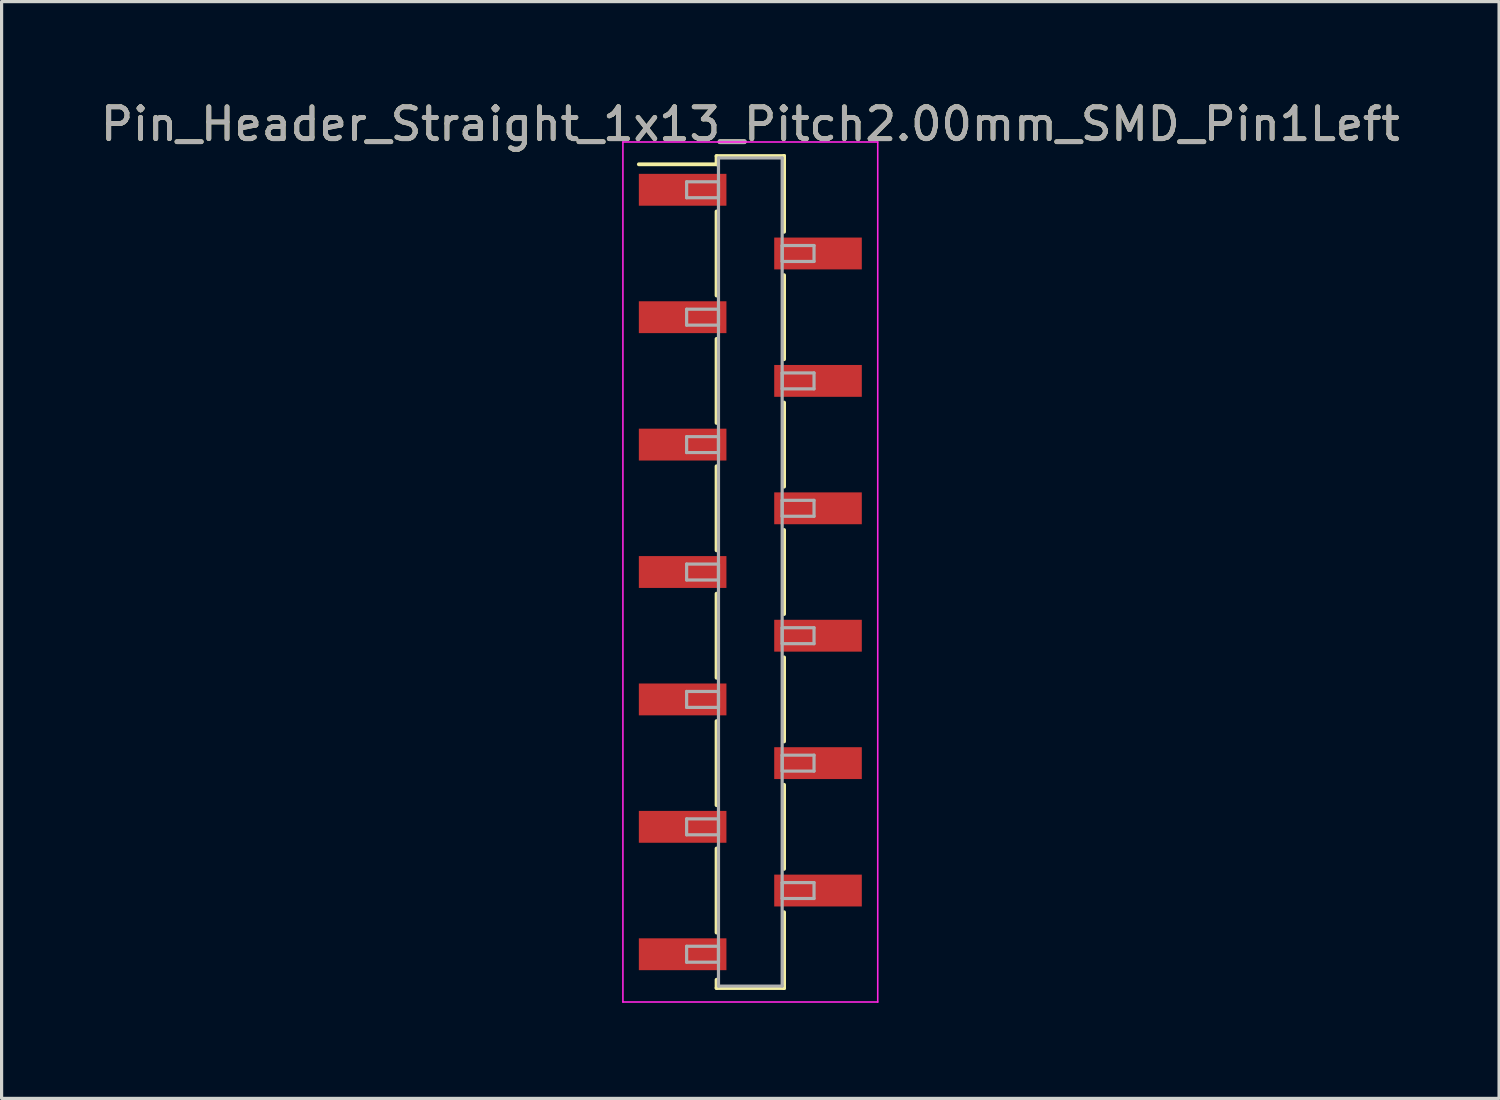
<source format=kicad_pcb>
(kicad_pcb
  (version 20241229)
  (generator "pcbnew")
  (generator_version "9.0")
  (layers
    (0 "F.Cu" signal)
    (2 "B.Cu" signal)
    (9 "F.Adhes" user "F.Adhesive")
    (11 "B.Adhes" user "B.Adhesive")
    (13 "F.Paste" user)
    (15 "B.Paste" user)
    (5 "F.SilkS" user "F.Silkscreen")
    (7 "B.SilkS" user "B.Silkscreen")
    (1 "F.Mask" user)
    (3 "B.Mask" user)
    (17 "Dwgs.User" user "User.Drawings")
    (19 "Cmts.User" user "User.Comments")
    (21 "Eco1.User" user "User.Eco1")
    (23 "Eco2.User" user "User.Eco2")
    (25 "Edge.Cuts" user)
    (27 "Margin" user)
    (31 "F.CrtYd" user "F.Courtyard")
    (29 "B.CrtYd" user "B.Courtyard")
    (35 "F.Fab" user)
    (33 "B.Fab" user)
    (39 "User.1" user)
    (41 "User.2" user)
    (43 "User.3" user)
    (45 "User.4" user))
  (footprint "Pin_Header_Straight_1x13_Pitch2.00mm_SMD_Pin1Left"
    (layer "F.Cu")
    (at 20.506 14.908)
    (property "Reference" "Pin_Header_Straight_1x13_Pitch2.00mm_SMD_Pin1Left" (at 0 -14.06 0) (layer "F.SilkS") (effects (font (size 1 1) (thickness 0.15))))
    (attr smd)
    (fp_line (start -1.06 -13.06) (end 1.06 -13.06) (stroke (width 0.12) (type solid)) (layer "F.SilkS"))
    (fp_line (start -1.06 -12.8) (end -3.5 -12.8) (stroke (width 0.12) (type solid)) (layer "F.SilkS"))
    (fp_line (start -1.06 -12.8) (end -1.06 -13.06) (stroke (width 0.12) (type solid)) (layer "F.SilkS"))
    (fp_line (start -1.06 -11.32) (end -1.06 -8.68) (stroke (width 0.12) (type solid)) (layer "F.SilkS"))
    (fp_line (start -1.06 -7.32) (end -1.06 -4.68) (stroke (width 0.12) (type solid)) (layer "F.SilkS"))
    (fp_line (start -1.06 -3.32) (end -1.06 -0.68) (stroke (width 0.12) (type solid)) (layer "F.SilkS"))
    (fp_line (start -1.06 0.68) (end -1.06 3.32) (stroke (width 0.12) (type solid)) (layer "F.SilkS"))
    (fp_line (start -1.06 4.68) (end -1.06 7.32) (stroke (width 0.12) (type solid)) (layer "F.SilkS"))
    (fp_line (start -1.06 8.68) (end -1.06 11.32) (stroke (width 0.12) (type solid)) (layer "F.SilkS"))
    (fp_line (start -1.06 12.8) (end -1.06 13.06) (stroke (width 0.12) (type solid)) (layer "F.SilkS"))
    (fp_line (start -1.06 13.06) (end 1.06 13.06) (stroke (width 0.12) (type solid)) (layer "F.SilkS"))
    (fp_line (start 1.06 -13.06) (end 1.06 -12.8) (stroke (width 0.12) (type solid)) (layer "F.SilkS"))
    (fp_line (start 1.06 -13.06) (end 1.06 -10.68) (stroke (width 0.12) (type solid)) (layer "F.SilkS"))
    (fp_line (start 1.06 -9.32) (end 1.06 -6.68) (stroke (width 0.12) (type solid)) (layer "F.SilkS"))
    (fp_line (start 1.06 -5.32) (end 1.06 -2.68) (stroke (width 0.12) (type solid)) (layer "F.SilkS"))
    (fp_line (start 1.06 -1.32) (end 1.06 1.32) (stroke (width 0.12) (type solid)) (layer "F.SilkS"))
    (fp_line (start 1.06 2.68) (end 1.06 5.32) (stroke (width 0.12) (type solid)) (layer "F.SilkS"))
    (fp_line (start 1.06 6.68) (end 1.06 9.32) (stroke (width 0.12) (type solid)) (layer "F.SilkS"))
    (fp_line (start 1.06 10.68) (end 1.06 13.06) (stroke (width 0.12) (type solid)) (layer "F.SilkS"))
    (fp_line (start 1.06 13.06) (end 1.06 12.8) (stroke (width 0.12) (type solid)) (layer "F.SilkS"))
    (fp_line (start -4 -13.5) (end -4 13.5) (stroke (width 0.05) (type solid)) (layer "F.CrtYd"))
    (fp_line (start -4 13.5) (end 4 13.5) (stroke (width 0.05) (type solid)) (layer "F.CrtYd"))
    (fp_line (start 4 -13.5) (end -4 -13.5) (stroke (width 0.05) (type solid)) (layer "F.CrtYd"))
    (fp_line (start 4 13.5) (end 4 -13.5) (stroke (width 0.05) (type solid)) (layer "F.CrtYd"))
    (fp_line (start -2 -12.25) (end -1 -12.25) (stroke (width 0.1) (type solid)) (layer "F.Fab"))
    (fp_line (start -2 -11.75) (end -2 -12.25) (stroke (width 0.1) (type solid)) (layer "F.Fab"))
    (fp_line (start -2 -8.25) (end -1 -8.25) (stroke (width 0.1) (type solid)) (layer "F.Fab"))
    (fp_line (start -2 -7.75) (end -2 -8.25) (stroke (width 0.1) (type solid)) (layer "F.Fab"))
    (fp_line (start -2 -4.25) (end -1 -4.25) (stroke (width 0.1) (type solid)) (layer "F.Fab"))
    (fp_line (start -2 -3.75) (end -2 -4.25) (stroke (width 0.1) (type solid)) (layer "F.Fab"))
    (fp_line (start -2 -0.25) (end -1 -0.25) (stroke (width 0.1) (type solid)) (layer "F.Fab"))
    (fp_line (start -2 0.25) (end -2 -0.25) (stroke (width 0.1) (type solid)) (layer "F.Fab"))
    (fp_line (start -2 3.75) (end -1 3.75) (stroke (width 0.1) (type solid)) (layer "F.Fab"))
    (fp_line (start -2 4.25) (end -2 3.75) (stroke (width 0.1) (type solid)) (layer "F.Fab"))
    (fp_line (start -2 7.75) (end -1 7.75) (stroke (width 0.1) (type solid)) (layer "F.Fab"))
    (fp_line (start -2 8.25) (end -2 7.75) (stroke (width 0.1) (type solid)) (layer "F.Fab"))
    (fp_line (start -2 11.75) (end -1 11.75) (stroke (width 0.1) (type solid)) (layer "F.Fab"))
    (fp_line (start -2 12.25) (end -2 11.75) (stroke (width 0.1) (type solid)) (layer "F.Fab"))
    (fp_line (start -1 -13) (end -1 13) (stroke (width 0.1) (type solid)) (layer "F.Fab"))
    (fp_line (start -1 -12.25) (end -1 -11.75) (stroke (width 0.1) (type solid)) (layer "F.Fab"))
    (fp_line (start -1 -11.75) (end -2 -11.75) (stroke (width 0.1) (type solid)) (layer "F.Fab"))
    (fp_line (start -1 -8.25) (end -1 -7.75) (stroke (width 0.1) (type solid)) (layer "F.Fab"))
    (fp_line (start -1 -7.75) (end -2 -7.75) (stroke (width 0.1) (type solid)) (layer "F.Fab"))
    (fp_line (start -1 -4.25) (end -1 -3.75) (stroke (width 0.1) (type solid)) (layer "F.Fab"))
    (fp_line (start -1 -3.75) (end -2 -3.75) (stroke (width 0.1) (type solid)) (layer "F.Fab"))
    (fp_line (start -1 -0.25) (end -1 0.25) (stroke (width 0.1) (type solid)) (layer "F.Fab"))
    (fp_line (start -1 0.25) (end -2 0.25) (stroke (width 0.1) (type solid)) (layer "F.Fab"))
    (fp_line (start -1 3.75) (end -1 4.25) (stroke (width 0.1) (type solid)) (layer "F.Fab"))
    (fp_line (start -1 4.25) (end -2 4.25) (stroke (width 0.1) (type solid)) (layer "F.Fab"))
    (fp_line (start -1 7.75) (end -1 8.25) (stroke (width 0.1) (type solid)) (layer "F.Fab"))
    (fp_line (start -1 8.25) (end -2 8.25) (stroke (width 0.1) (type solid)) (layer "F.Fab"))
    (fp_line (start -1 11.75) (end -1 12.25) (stroke (width 0.1) (type solid)) (layer "F.Fab"))
    (fp_line (start -1 12.25) (end -2 12.25) (stroke (width 0.1) (type solid)) (layer "F.Fab"))
    (fp_line (start -1 13) (end 1 13) (stroke (width 0.1) (type solid)) (layer "F.Fab"))
    (fp_line (start 1 -13) (end -1 -13) (stroke (width 0.1) (type solid)) (layer "F.Fab"))
    (fp_line (start 1 -10.25) (end 1 -9.75) (stroke (width 0.1) (type solid)) (layer "F.Fab"))
    (fp_line (start 1 -9.75) (end 2 -9.75) (stroke (width 0.1) (type solid)) (layer "F.Fab"))
    (fp_line (start 1 -6.25) (end 1 -5.75) (stroke (width 0.1) (type solid)) (layer "F.Fab"))
    (fp_line (start 1 -5.75) (end 2 -5.75) (stroke (width 0.1) (type solid)) (layer "F.Fab"))
    (fp_line (start 1 -2.25) (end 1 -1.75) (stroke (width 0.1) (type solid)) (layer "F.Fab"))
    (fp_line (start 1 -1.75) (end 2 -1.75) (stroke (width 0.1) (type solid)) (layer "F.Fab"))
    (fp_line (start 1 1.75) (end 1 2.25) (stroke (width 0.1) (type solid)) (layer "F.Fab"))
    (fp_line (start 1 2.25) (end 2 2.25) (stroke (width 0.1) (type solid)) (layer "F.Fab"))
    (fp_line (start 1 5.75) (end 1 6.25) (stroke (width 0.1) (type solid)) (layer "F.Fab"))
    (fp_line (start 1 6.25) (end 2 6.25) (stroke (width 0.1) (type solid)) (layer "F.Fab"))
    (fp_line (start 1 9.75) (end 1 10.25) (stroke (width 0.1) (type solid)) (layer "F.Fab"))
    (fp_line (start 1 10.25) (end 2 10.25) (stroke (width 0.1) (type solid)) (layer "F.Fab"))
    (fp_line (start 1 13) (end 1 -13) (stroke (width 0.1) (type solid)) (layer "F.Fab"))
    (fp_line (start 2 -10.25) (end 1 -10.25) (stroke (width 0.1) (type solid)) (layer "F.Fab"))
    (fp_line (start 2 -9.75) (end 2 -10.25) (stroke (width 0.1) (type solid)) (layer "F.Fab"))
    (fp_line (start 2 -6.25) (end 1 -6.25) (stroke (width 0.1) (type solid)) (layer "F.Fab"))
    (fp_line (start 2 -5.75) (end 2 -6.25) (stroke (width 0.1) (type solid)) (layer "F.Fab"))
    (fp_line (start 2 -2.25) (end 1 -2.25) (stroke (width 0.1) (type solid)) (layer "F.Fab"))
    (fp_line (start 2 -1.75) (end 2 -2.25) (stroke (width 0.1) (type solid)) (layer "F.Fab"))
    (fp_line (start 2 1.75) (end 1 1.75) (stroke (width 0.1) (type solid)) (layer "F.Fab"))
    (fp_line (start 2 2.25) (end 2 1.75) (stroke (width 0.1) (type solid)) (layer "F.Fab"))
    (fp_line (start 2 5.75) (end 1 5.75) (stroke (width 0.1) (type solid)) (layer "F.Fab"))
    (fp_line (start 2 6.25) (end 2 5.75) (stroke (width 0.1) (type solid)) (layer "F.Fab"))
    (fp_line (start 2 9.75) (end 1 9.75) (stroke (width 0.1) (type solid)) (layer "F.Fab"))
    (fp_line (start 2 10.25) (end 2 9.75) (stroke (width 0.1) (type solid)) (layer "F.Fab"))
    (fp_text user "${REFERENCE}" (at 0 -14.06 0) (layer "F.Fab") (effects (font (size 1 1) (thickness 0.15))))
    (pad "1" smd rect (at -2.125 -12) (size 2.75 1) (layers "F.Cu" "F.Mask" "F.Paste"))
    (pad "2" smd rect (at 2.125 -10) (size 2.75 1) (layers "F.Cu" "F.Mask" "F.Paste"))
    (pad "3" smd rect (at -2.125 -8) (size 2.75 1) (layers "F.Cu" "F.Mask" "F.Paste"))
    (pad "4" smd rect (at 2.125 -6) (size 2.75 1) (layers "F.Cu" "F.Mask" "F.Paste"))
    (pad "5" smd rect (at -2.125 -4) (size 2.75 1) (layers "F.Cu" "F.Mask" "F.Paste"))
    (pad "6" smd rect (at 2.125 -2) (size 2.75 1) (layers "F.Cu" "F.Mask" "F.Paste"))
    (pad "7" smd rect (at -2.125 0) (size 2.75 1) (layers "F.Cu" "F.Mask" "F.Paste"))
    (pad "8" smd rect (at 2.125 2) (size 2.75 1) (layers "F.Cu" "F.Mask" "F.Paste"))
    (pad "9" smd rect (at -2.125 4) (size 2.75 1) (layers "F.Cu" "F.Mask" "F.Paste"))
    (pad "10" smd rect (at 2.125 6) (size 2.75 1) (layers "F.Cu" "F.Mask" "F.Paste"))
    (pad "11" smd rect (at -2.125 8) (size 2.75 1) (layers "F.Cu" "F.Mask" "F.Paste"))
    (pad "12" smd rect (at 2.125 10) (size 2.75 1) (layers "F.Cu" "F.Mask" "F.Paste"))
    (pad "13" smd rect (at -2.125 12) (size 2.75 1) (layers "F.Cu" "F.Mask" "F.Paste")))
  (gr_rect
    (start -3 -3)
    (end 44.012 31.433)
    (stroke (width 0.1) (type default))
    (fill no)
    (layer "Edge.Cuts")))
</source>
